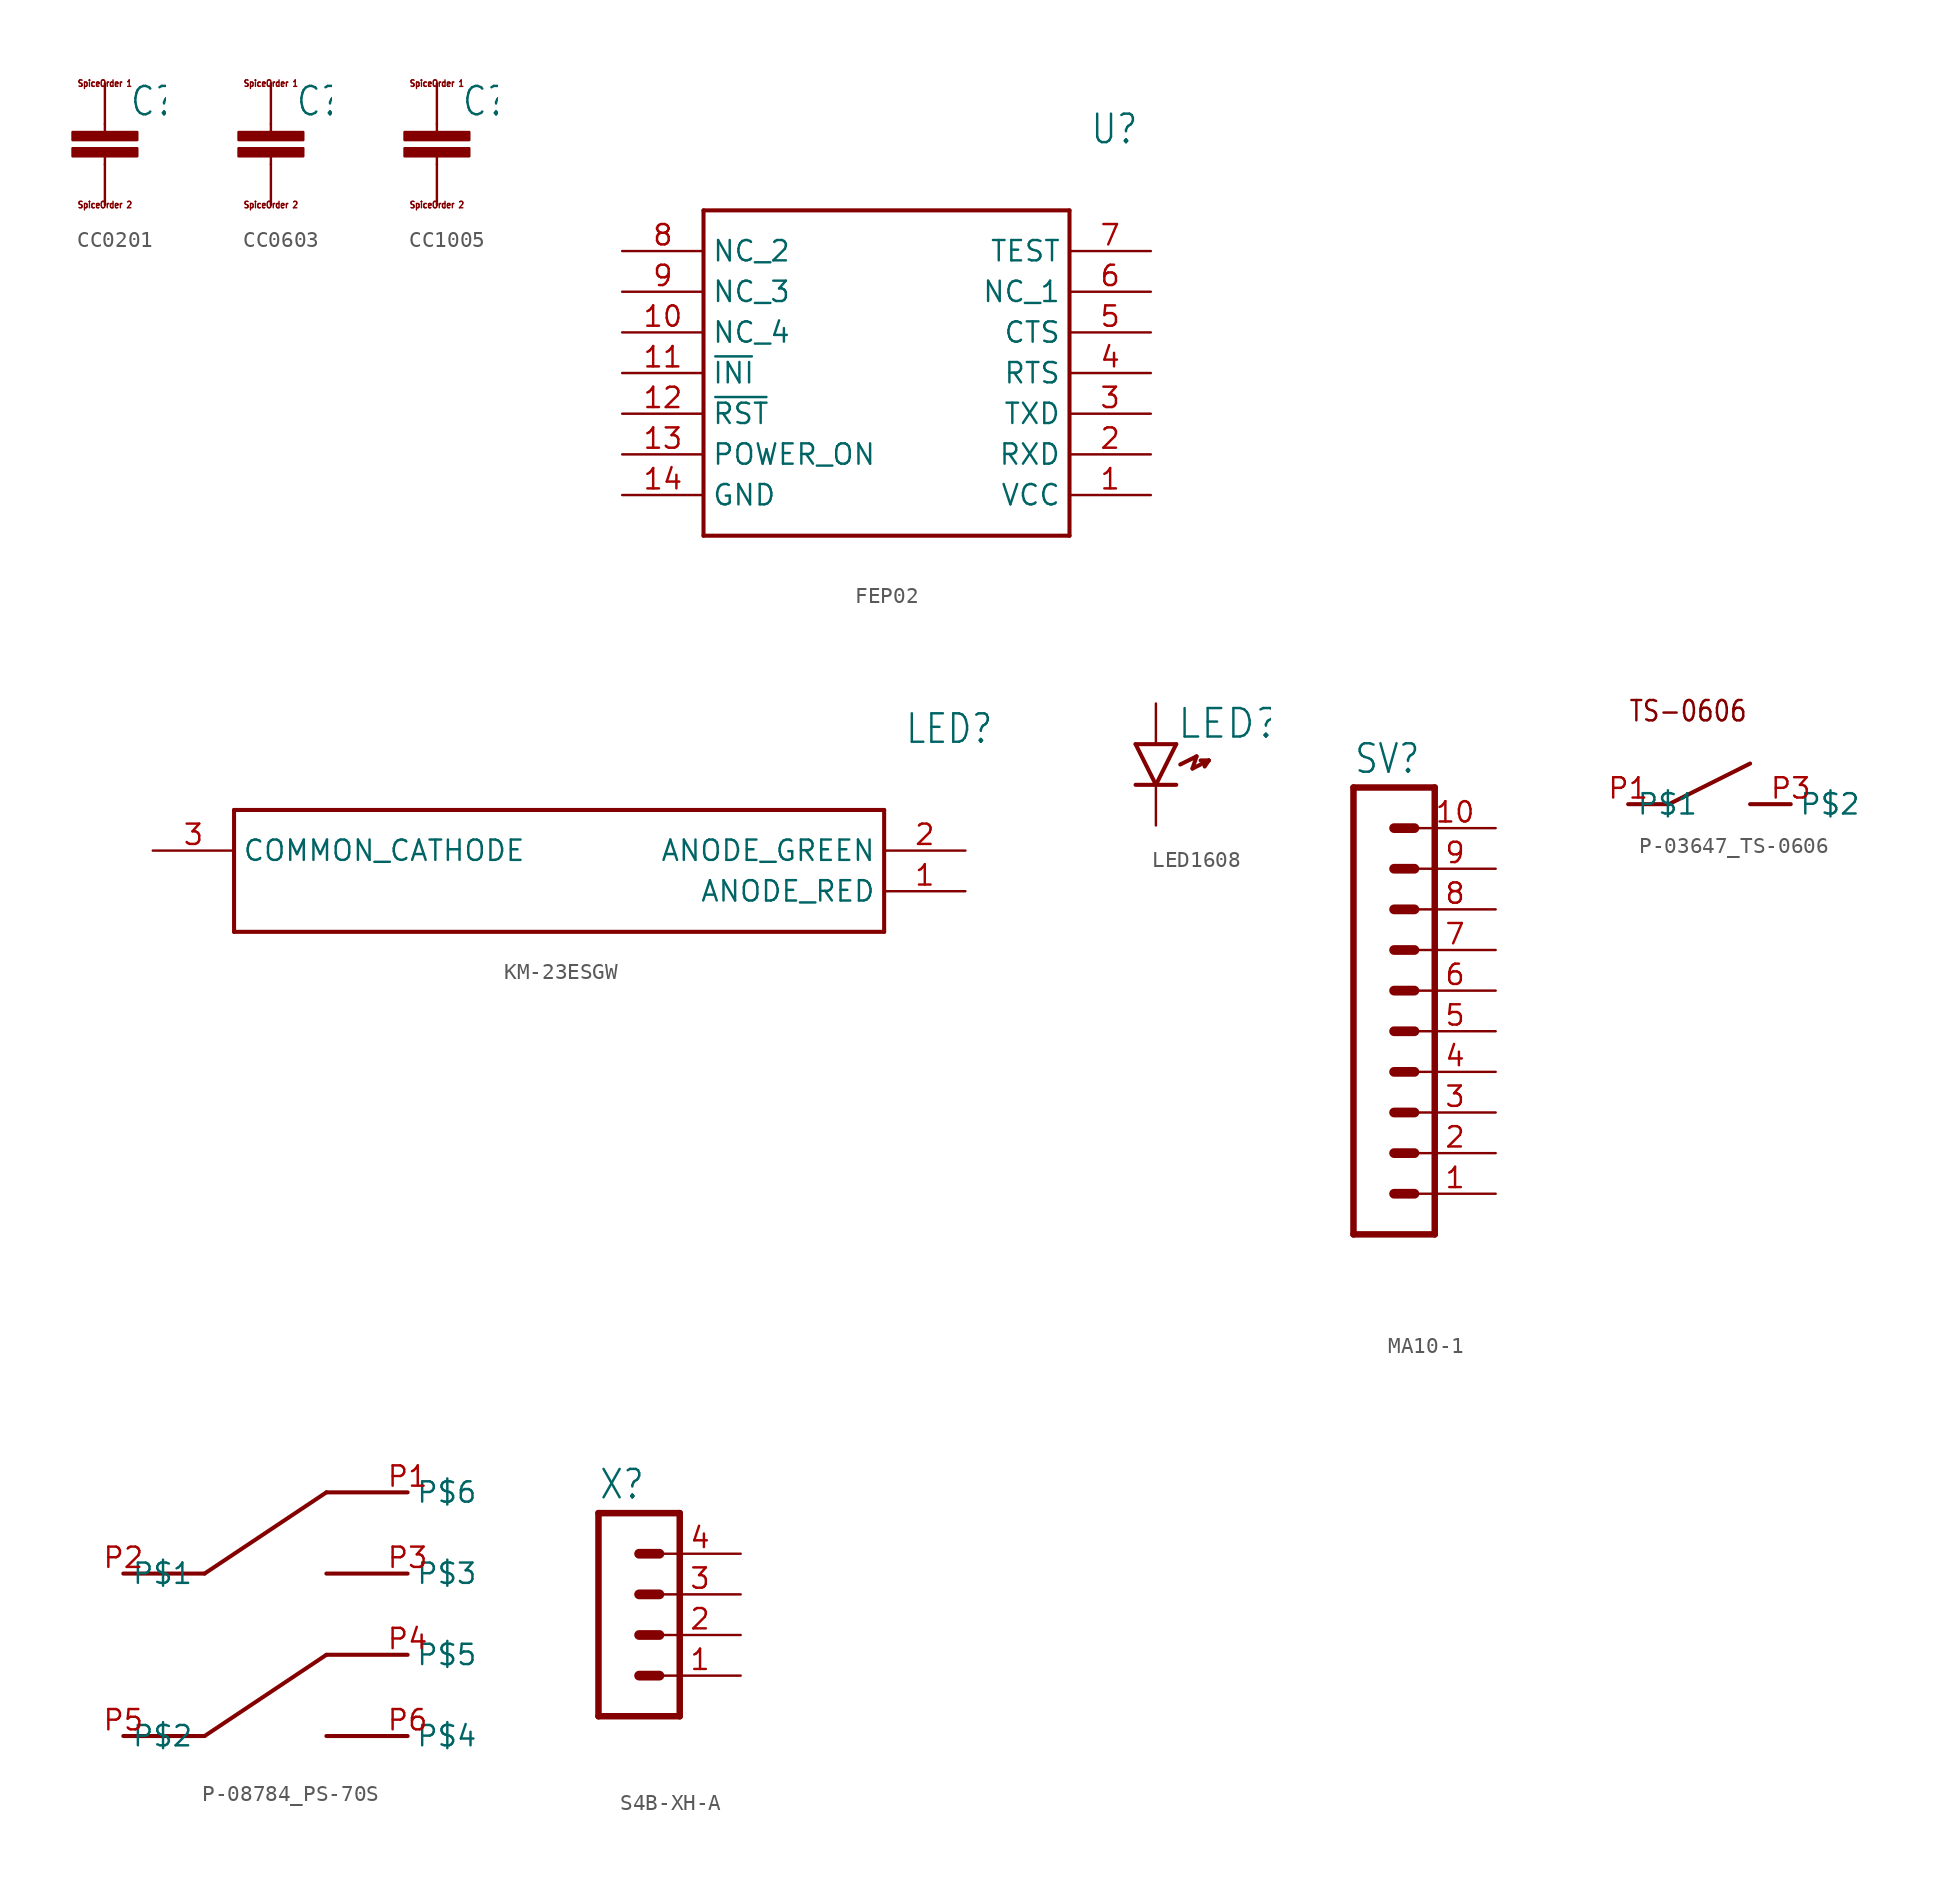
<source format=kicad_sym>
(kicad_symbol_lib
  (version 20231120)
  (generator "kicad_symbol_editor")
  (generator_version "8.0")
  (symbol "CC0201"
    (property "Reference" "C"
      (at 1.524 0.381 0)
      (effects (font (size 1.778 1.511)) (justify left bottom)))
    (property "Value" ""
      (at 1.524 -4.699 0)
      (effects (font (size 1.778 1.511)) (justify left bottom)))
    (property "ki_locked" ""
      (at 0 0 0)
      (effects (font (size 1.27 1.27))))
    (symbol "CC0201_1_0"
      (rectangle (start -2.032 -2.032) (end 2.032 -1.524) (stroke (width 0) (type default)) (fill (type outline)))
      (rectangle (start -2.032 -1.016) (end 2.032 -0.508) (stroke (width 0) (type default)) (fill (type outline)))
      (polyline (pts (xy 0 -2.54) (xy 0 -2.032)) (stroke (width 0.152) (type solid)) (fill (type none)))
      (polyline (pts (xy 0 0) (xy 0 -0.508)) (stroke (width 0.152) (type solid)) (fill (type none)))
      (text "SpiceOrder 1" (at 0 2.54 0) (effects (font (size 0.406 0.345))))
      (text "SpiceOrder 2" (at 0 -5.08 0) (effects (font (size 0.406 0.345))))
      (pin passive line (at 0 2.54 270) (length 2.54) (name "1" (effects (font (size 0 0)))) (number "1" (effects (font (size 0 0)))))
      (pin passive line (at 0 -5.08 90) (length 2.54) (name "2" (effects (font (size 0 0)))) (number "2" (effects (font (size 0 0)))))))
  (symbol "CC0603"
    (property "Reference" "C"
      (at 1.524 0.381 0)
      (effects (font (size 1.778 1.511)) (justify left bottom)))
    (property "Value" ""
      (at 1.524 -4.699 0)
      (effects (font (size 1.778 1.511)) (justify left bottom)))
    (property "ki_locked" ""
      (at 0 0 0)
      (effects (font (size 1.27 1.27))))
    (symbol "CC0603_1_0"
      (rectangle (start -2.032 -2.032) (end 2.032 -1.524) (stroke (width 0) (type default)) (fill (type outline)))
      (rectangle (start -2.032 -1.016) (end 2.032 -0.508) (stroke (width 0) (type default)) (fill (type outline)))
      (polyline (pts (xy 0 -2.54) (xy 0 -2.032)) (stroke (width 0.152) (type solid)) (fill (type none)))
      (polyline (pts (xy 0 0) (xy 0 -0.508)) (stroke (width 0.152) (type solid)) (fill (type none)))
      (text "SpiceOrder 1" (at 0 2.54 0) (effects (font (size 0.406 0.345))))
      (text "SpiceOrder 2" (at 0 -5.08 0) (effects (font (size 0.406 0.345))))
      (pin passive line (at 0 2.54 270) (length 2.54) (name "1" (effects (font (size 0 0)))) (number "1" (effects (font (size 0 0)))))
      (pin passive line (at 0 -5.08 90) (length 2.54) (name "2" (effects (font (size 0 0)))) (number "2" (effects (font (size 0 0)))))))
  (symbol "CC1005"
    (property "Reference" "C"
      (at 1.524 0.381 0)
      (effects (font (size 1.778 1.511)) (justify left bottom)))
    (property "Value" ""
      (at 1.524 -4.699 0)
      (effects (font (size 1.778 1.511)) (justify left bottom)))
    (property "ki_locked" ""
      (at 0 0 0)
      (effects (font (size 1.27 1.27))))
    (symbol "CC1005_1_0"
      (rectangle (start -2.032 -2.032) (end 2.032 -1.524) (stroke (width 0) (type default)) (fill (type outline)))
      (rectangle (start -2.032 -1.016) (end 2.032 -0.508) (stroke (width 0) (type default)) (fill (type outline)))
      (polyline (pts (xy 0 -2.54) (xy 0 -2.032)) (stroke (width 0.152) (type solid)) (fill (type none)))
      (polyline (pts (xy 0 0) (xy 0 -0.508)) (stroke (width 0.152) (type solid)) (fill (type none)))
      (text "SpiceOrder 1" (at 0 2.54 0) (effects (font (size 0.406 0.345))))
      (text "SpiceOrder 2" (at 0 -5.08 0) (effects (font (size 0.406 0.345))))
      (pin passive line (at 0 2.54 270) (length 2.54) (name "1" (effects (font (size 0 0)))) (number "1" (effects (font (size 0 0)))))
      (pin passive line (at 0 -5.08 90) (length 2.54) (name "2" (effects (font (size 0 0)))) (number "2" (effects (font (size 0 0)))))))
  (symbol "FEP02"
    (property "Reference" "U"
      (at 29.21 7.62 0)
      (effects (font (size 1.778 1.511)) (justify left)))
    (property "Value" ""
      (at 29.21 5.08 0)
      (effects (font (size 1.778 1.511)) (justify left)))
    (property "ki_locked" ""
      (at 0 0 0)
      (effects (font (size 1.27 1.27))))
    (symbol "FEP02_1_0"
      (polyline (pts (xy 5.08 2.54) (xy 5.08 -17.78)) (stroke (width 0.254) (type solid)) (fill (type none)))
      (polyline (pts (xy 5.08 2.54) (xy 27.94 2.54)) (stroke (width 0.254) (type solid)) (fill (type none)))
      (polyline (pts (xy 27.94 -17.78) (xy 5.08 -17.78)) (stroke (width 0.254) (type solid)) (fill (type none)))
      (polyline (pts (xy 27.94 -17.78) (xy 27.94 2.54)) (stroke (width 0.254) (type solid)) (fill (type none)))
      (pin bidirectional line (at 33.02 -15.24 180) (length 5.08) (name "VCC" (effects (font (size 1.27 1.27)))) (number "1" (effects (font (size 1.27 1.27)))))
      (pin bidirectional line (at 0 -5.08 0) (length 5.08) (name "NC_4" (effects (font (size 1.27 1.27)))) (number "10" (effects (font (size 1.27 1.27)))))
      (pin bidirectional line (at 0 -7.62 0) (length 5.08) (name "~{INI}" (effects (font (size 1.27 1.27)))) (number "11" (effects (font (size 1.27 1.27)))))
      (pin bidirectional line (at 0 -10.16 0) (length 5.08) (name "~{RST}" (effects (font (size 1.27 1.27)))) (number "12" (effects (font (size 1.27 1.27)))))
      (pin bidirectional line (at 0 -12.7 0) (length 5.08) (name "POWER_ON" (effects (font (size 1.27 1.27)))) (number "13" (effects (font (size 1.27 1.27)))))
      (pin bidirectional line (at 0 -15.24 0) (length 5.08) (name "GND" (effects (font (size 1.27 1.27)))) (number "14" (effects (font (size 1.27 1.27)))))
      (pin bidirectional line (at 33.02 -12.7 180) (length 5.08) (name "RXD" (effects (font (size 1.27 1.27)))) (number "2" (effects (font (size 1.27 1.27)))))
      (pin bidirectional line (at 33.02 -10.16 180) (length 5.08) (name "TXD" (effects (font (size 1.27 1.27)))) (number "3" (effects (font (size 1.27 1.27)))))
      (pin bidirectional line (at 33.02 -7.62 180) (length 5.08) (name "RTS" (effects (font (size 1.27 1.27)))) (number "4" (effects (font (size 1.27 1.27)))))
      (pin bidirectional line (at 33.02 -5.08 180) (length 5.08) (name "CTS" (effects (font (size 1.27 1.27)))) (number "5" (effects (font (size 1.27 1.27)))))
      (pin bidirectional line (at 33.02 -2.54 180) (length 5.08) (name "NC_1" (effects (font (size 1.27 1.27)))) (number "6" (effects (font (size 1.27 1.27)))))
      (pin bidirectional line (at 33.02 0 180) (length 5.08) (name "TEST" (effects (font (size 1.27 1.27)))) (number "7" (effects (font (size 1.27 1.27)))))
      (pin bidirectional line (at 0 0 0) (length 5.08) (name "NC_2" (effects (font (size 1.27 1.27)))) (number "8" (effects (font (size 1.27 1.27)))))
      (pin bidirectional line (at 0 -2.54 0) (length 5.08) (name "NC_3" (effects (font (size 1.27 1.27)))) (number "9" (effects (font (size 1.27 1.27)))))))
  (symbol "KM-23ESGW"
    (property "Reference" "LED"
      (at 46.99 7.62 0)
      (effects (font (size 1.778 1.511)) (justify left)))
    (property "Value" ""
      (at 46.99 5.08 0)
      (effects (font (size 1.778 1.511)) (justify left)))
    (property "ki_locked" ""
      (at 0 0 0)
      (effects (font (size 1.27 1.27))))
    (symbol "KM-23ESGW_1_0"
      (polyline (pts (xy 5.08 2.54) (xy 5.08 -5.08)) (stroke (width 0.254) (type solid)) (fill (type none)))
      (polyline (pts (xy 5.08 2.54) (xy 45.72 2.54)) (stroke (width 0.254) (type solid)) (fill (type none)))
      (polyline (pts (xy 45.72 -5.08) (xy 5.08 -5.08)) (stroke (width 0.254) (type solid)) (fill (type none)))
      (polyline (pts (xy 45.72 -5.08) (xy 45.72 2.54)) (stroke (width 0.254) (type solid)) (fill (type none)))
      (pin bidirectional line (at 50.8 -2.54 180) (length 5.08) (name "ANODE_RED" (effects (font (size 1.27 1.27)))) (number "1" (effects (font (size 1.27 1.27)))))
      (pin bidirectional line (at 50.8 0 180) (length 5.08) (name "ANODE_GREEN" (effects (font (size 1.27 1.27)))) (number "2" (effects (font (size 1.27 1.27)))))
      (pin bidirectional line (at 0 0 0) (length 5.08) (name "COMMON_CATHODE" (effects (font (size 1.27 1.27)))) (number "3" (effects (font (size 1.27 1.27)))))))
  (symbol "LED1608"
    (property "Reference" "LED"
      (at 1.27 2.794 0)
      (effects (font (size 1.778 1.778)) (justify left bottom)))
    (property "ki_locked" ""
      (at 0 0 0)
      (effects (font (size 1.27 1.27))))
    (symbol "LED1608_1_0"
      (polyline (pts (xy -1.27 0) (xy 1.27 0)) (stroke (width 0.254) (type solid)) (fill (type none)))
      (polyline (pts (xy -1.27 2.54) (xy 1.27 2.54)) (stroke (width 0.254) (type solid)) (fill (type none)))
      (polyline (pts (xy 0 0) (xy -1.27 2.54)) (stroke (width 0.254) (type solid)) (fill (type none)))
      (polyline (pts (xy 1.27 2.54) (xy 0 0)) (stroke (width 0.254) (type solid)) (fill (type none)))
      (polyline (pts (xy 1.524 1.27) (xy 2.54 1.778)) (stroke (width 0.254) (type solid)) (fill (type none)))
      (polyline (pts (xy 2.286 1.016) (xy 3.302 1.524)) (stroke (width 0.254) (type solid)) (fill (type none)))
      (polyline (pts (xy 2.54 1.778) (xy 2.286 1.016)) (stroke (width 0.254) (type solid)) (fill (type none)))
      (polyline (pts (xy 2.794 1.524) (xy 3.302 1.524)) (stroke (width 0.254) (type solid)) (fill (type none)))
      (polyline (pts (xy 3.302 1.524) (xy 3.048 1.143)) (stroke (width 0.254) (type solid)) (fill (type none)))
      (pin passive line (at 0 5.08 270) (length 2.54) (name "A" (effects (font (size 0 0)))) (number "A" (effects (font (size 0 0)))))
      (pin passive line (at 0 -2.54 90) (length 2.54) (name "K" (effects (font (size 0 0)))) (number "K" (effects (font (size 0 0)))))))
  (symbol "MA10-1"
    (property "Reference" "SV"
      (at -1.27 16.002 0)
      (effects (font (size 1.778 1.511)) (justify left bottom)))
    (property "Value" ""
      (at -1.27 -15.24 0)
      (effects (font (size 1.778 1.511)) (justify left bottom)))
    (property "ki_locked" ""
      (at 0 0 0)
      (effects (font (size 1.27 1.27))))
    (symbol "MA10-1_1_0"
      (polyline (pts (xy -1.27 15.24) (xy -1.27 -12.7)) (stroke (width 0.406) (type solid)) (fill (type none)))
      (polyline (pts (xy -1.27 15.24) (xy 3.81 15.24)) (stroke (width 0.406) (type solid)) (fill (type none)))
      (polyline (pts (xy 1.27 -10.16) (xy 2.54 -10.16)) (stroke (width 0.61) (type solid)) (fill (type none)))
      (polyline (pts (xy 1.27 -7.62) (xy 2.54 -7.62)) (stroke (width 0.61) (type solid)) (fill (type none)))
      (polyline (pts (xy 1.27 -5.08) (xy 2.54 -5.08)) (stroke (width 0.61) (type solid)) (fill (type none)))
      (polyline (pts (xy 1.27 -2.54) (xy 2.54 -2.54)) (stroke (width 0.61) (type solid)) (fill (type none)))
      (polyline (pts (xy 1.27 0) (xy 2.54 0)) (stroke (width 0.61) (type solid)) (fill (type none)))
      (polyline (pts (xy 1.27 2.54) (xy 2.54 2.54)) (stroke (width 0.61) (type solid)) (fill (type none)))
      (polyline (pts (xy 1.27 5.08) (xy 2.54 5.08)) (stroke (width 0.61) (type solid)) (fill (type none)))
      (polyline (pts (xy 1.27 7.62) (xy 2.54 7.62)) (stroke (width 0.61) (type solid)) (fill (type none)))
      (polyline (pts (xy 1.27 10.16) (xy 2.54 10.16)) (stroke (width 0.61) (type solid)) (fill (type none)))
      (polyline (pts (xy 1.27 12.7) (xy 2.54 12.7)) (stroke (width 0.61) (type solid)) (fill (type none)))
      (polyline (pts (xy 3.81 -12.7) (xy -1.27 -12.7)) (stroke (width 0.406) (type solid)) (fill (type none)))
      (polyline (pts (xy 3.81 -12.7) (xy 3.81 15.24)) (stroke (width 0.406) (type solid)) (fill (type none)))
      (pin passive line (at 7.62 -10.16 180) (length 5.08) (name "1" (effects (font (size 0 0)))) (number "1" (effects (font (size 1.27 1.27)))))
      (pin passive line (at 7.62 12.7 180) (length 5.08) (name "10" (effects (font (size 0 0)))) (number "10" (effects (font (size 1.27 1.27)))))
      (pin passive line (at 7.62 -7.62 180) (length 5.08) (name "2" (effects (font (size 0 0)))) (number "2" (effects (font (size 1.27 1.27)))))
      (pin passive line (at 7.62 -5.08 180) (length 5.08) (name "3" (effects (font (size 0 0)))) (number "3" (effects (font (size 1.27 1.27)))))
      (pin passive line (at 7.62 -2.54 180) (length 5.08) (name "4" (effects (font (size 0 0)))) (number "4" (effects (font (size 1.27 1.27)))))
      (pin passive line (at 7.62 0 180) (length 5.08) (name "5" (effects (font (size 0 0)))) (number "5" (effects (font (size 1.27 1.27)))))
      (pin passive line (at 7.62 2.54 180) (length 5.08) (name "6" (effects (font (size 0 0)))) (number "6" (effects (font (size 1.27 1.27)))))
      (pin passive line (at 7.62 5.08 180) (length 5.08) (name "7" (effects (font (size 0 0)))) (number "7" (effects (font (size 1.27 1.27)))))
      (pin passive line (at 7.62 7.62 180) (length 5.08) (name "8" (effects (font (size 0 0)))) (number "8" (effects (font (size 1.27 1.27)))))
      (pin passive line (at 7.62 10.16 180) (length 5.08) (name "9" (effects (font (size 0 0)))) (number "9" (effects (font (size 1.27 1.27)))))))
  (symbol "P-03647_TS-0606"
    (property "Reference" "SW_"
      (at 0 0 0)
      (effects (font (size 1.27 1.27)) (hide yes)))
    (property "ki_locked" ""
      (at 0 0 0)
      (effects (font (size 1.27 1.27))))
    (symbol "P-03647_TS-0606_1_0"
      (polyline (pts (xy -5.08 0) (xy -2.54 0)) (stroke (width 0.254) (type solid)) (fill (type none)))
      (polyline (pts (xy 2.54 0) (xy 5.08 0)) (stroke (width 0.254) (type solid)) (fill (type none)))
      (polyline (pts (xy 2.54 2.54) (xy -2.54 0)) (stroke (width 0.254) (type solid)) (fill (type none)))
      (text "TS-0606" (at -5.08 5.08 0) (effects (font (size 1.27 1.079)) (justify left bottom)))
      (pin bidirectional line (at -5.08 0 0) (length 0) (name "P$1" (effects (font (size 1.27 1.27)))) (number "P1" (effects (font (size 1.27 1.27)))))
      (pin bidirectional line (at 5.08 0 0) (length 0) (name "P$2" (effects (font (size 1.27 1.27)))) (number "P3" (effects (font (size 1.27 1.27)))))))
  (symbol "P-08784_PS-70S"
    (property "Reference" "SW_"
      (at 0 0 0)
      (effects (font (size 1.27 1.27)) (hide yes)))
    (property "ki_locked" ""
      (at 0 0 0)
      (effects (font (size 1.27 1.27))))
    (symbol "P-08784_PS-70S_1_0"
      (polyline (pts (xy -10.16 -2.54) (xy -5.08 -2.54)) (stroke (width 0.254) (type solid)) (fill (type none)))
      (polyline (pts (xy -10.16 7.62) (xy -5.08 7.62)) (stroke (width 0.254) (type solid)) (fill (type none)))
      (polyline (pts (xy -5.08 -2.54) (xy 2.54 2.54)) (stroke (width 0.254) (type solid)) (fill (type none)))
      (polyline (pts (xy -5.08 7.62) (xy 2.54 12.7)) (stroke (width 0.254) (type solid)) (fill (type none)))
      (polyline (pts (xy 2.54 -2.54) (xy 7.62 -2.54)) (stroke (width 0.254) (type solid)) (fill (type none)))
      (polyline (pts (xy 2.54 2.54) (xy 7.62 2.54)) (stroke (width 0.254) (type solid)) (fill (type none)))
      (polyline (pts (xy 2.54 7.62) (xy 7.62 7.62)) (stroke (width 0.254) (type solid)) (fill (type none)))
      (polyline (pts (xy 2.54 12.7) (xy 7.62 12.7)) (stroke (width 0.254) (type solid)) (fill (type none)))
      (pin bidirectional line (at 7.62 12.7 0) (length 0) (name "P$6" (effects (font (size 1.27 1.27)))) (number "P1" (effects (font (size 1.27 1.27)))))
      (pin bidirectional line (at -10.16 7.62 0) (length 0) (name "P$1" (effects (font (size 1.27 1.27)))) (number "P2" (effects (font (size 1.27 1.27)))))
      (pin bidirectional line (at 7.62 7.62 0) (length 0) (name "P$3" (effects (font (size 1.27 1.27)))) (number "P3" (effects (font (size 1.27 1.27)))))
      (pin bidirectional line (at 7.62 2.54 0) (length 0) (name "P$5" (effects (font (size 1.27 1.27)))) (number "P4" (effects (font (size 1.27 1.27)))))
      (pin bidirectional line (at -10.16 -2.54 0) (length 0) (name "P$2" (effects (font (size 1.27 1.27)))) (number "P5" (effects (font (size 1.27 1.27)))))
      (pin bidirectional line (at 7.62 -2.54 0) (length 0) (name "P$4" (effects (font (size 1.27 1.27)))) (number "P6" (effects (font (size 1.27 1.27)))))))
  (symbol "S4B-XH-A"
    (property "Reference" "X"
      (at -1.27 5.842 0)
      (effects (font (size 1.778 1.511)) (justify left bottom)))
    (property "Value" ""
      (at -1.27 -10.16 0)
      (effects (font (size 1.778 1.511)) (justify left bottom)))
    (property "ki_locked" ""
      (at 0 0 0)
      (effects (font (size 1.27 1.27))))
    (symbol "S4B-XH-A_1_0"
      (polyline (pts (xy -1.27 5.08) (xy -1.27 -7.62)) (stroke (width 0.406) (type solid)) (fill (type none)))
      (polyline (pts (xy -1.27 5.08) (xy 3.81 5.08)) (stroke (width 0.406) (type solid)) (fill (type none)))
      (polyline (pts (xy 1.27 -5.08) (xy 2.54 -5.08)) (stroke (width 0.61) (type solid)) (fill (type none)))
      (polyline (pts (xy 1.27 -2.54) (xy 2.54 -2.54)) (stroke (width 0.61) (type solid)) (fill (type none)))
      (polyline (pts (xy 1.27 0) (xy 2.54 0)) (stroke (width 0.61) (type solid)) (fill (type none)))
      (polyline (pts (xy 1.27 2.54) (xy 2.54 2.54)) (stroke (width 0.61) (type solid)) (fill (type none)))
      (polyline (pts (xy 3.81 -7.62) (xy -1.27 -7.62)) (stroke (width 0.406) (type solid)) (fill (type none)))
      (polyline (pts (xy 3.81 -7.62) (xy 3.81 5.08)) (stroke (width 0.406) (type solid)) (fill (type none)))
      (pin passive line (at 7.62 -5.08 180) (length 5.08) (name "1" (effects (font (size 0 0)))) (number "1" (effects (font (size 1.27 1.27)))))
      (pin passive line (at 7.62 -2.54 180) (length 5.08) (name "2" (effects (font (size 0 0)))) (number "2" (effects (font (size 1.27 1.27)))))
      (pin passive line (at 7.62 0 180) (length 5.08) (name "3" (effects (font (size 0 0)))) (number "3" (effects (font (size 1.27 1.27)))))
      (pin passive line (at 7.62 2.54 180) (length 5.08) (name "4" (effects (font (size 0 0)))) (number "4" (effects (font (size 1.27 1.27))))))))
</source>
